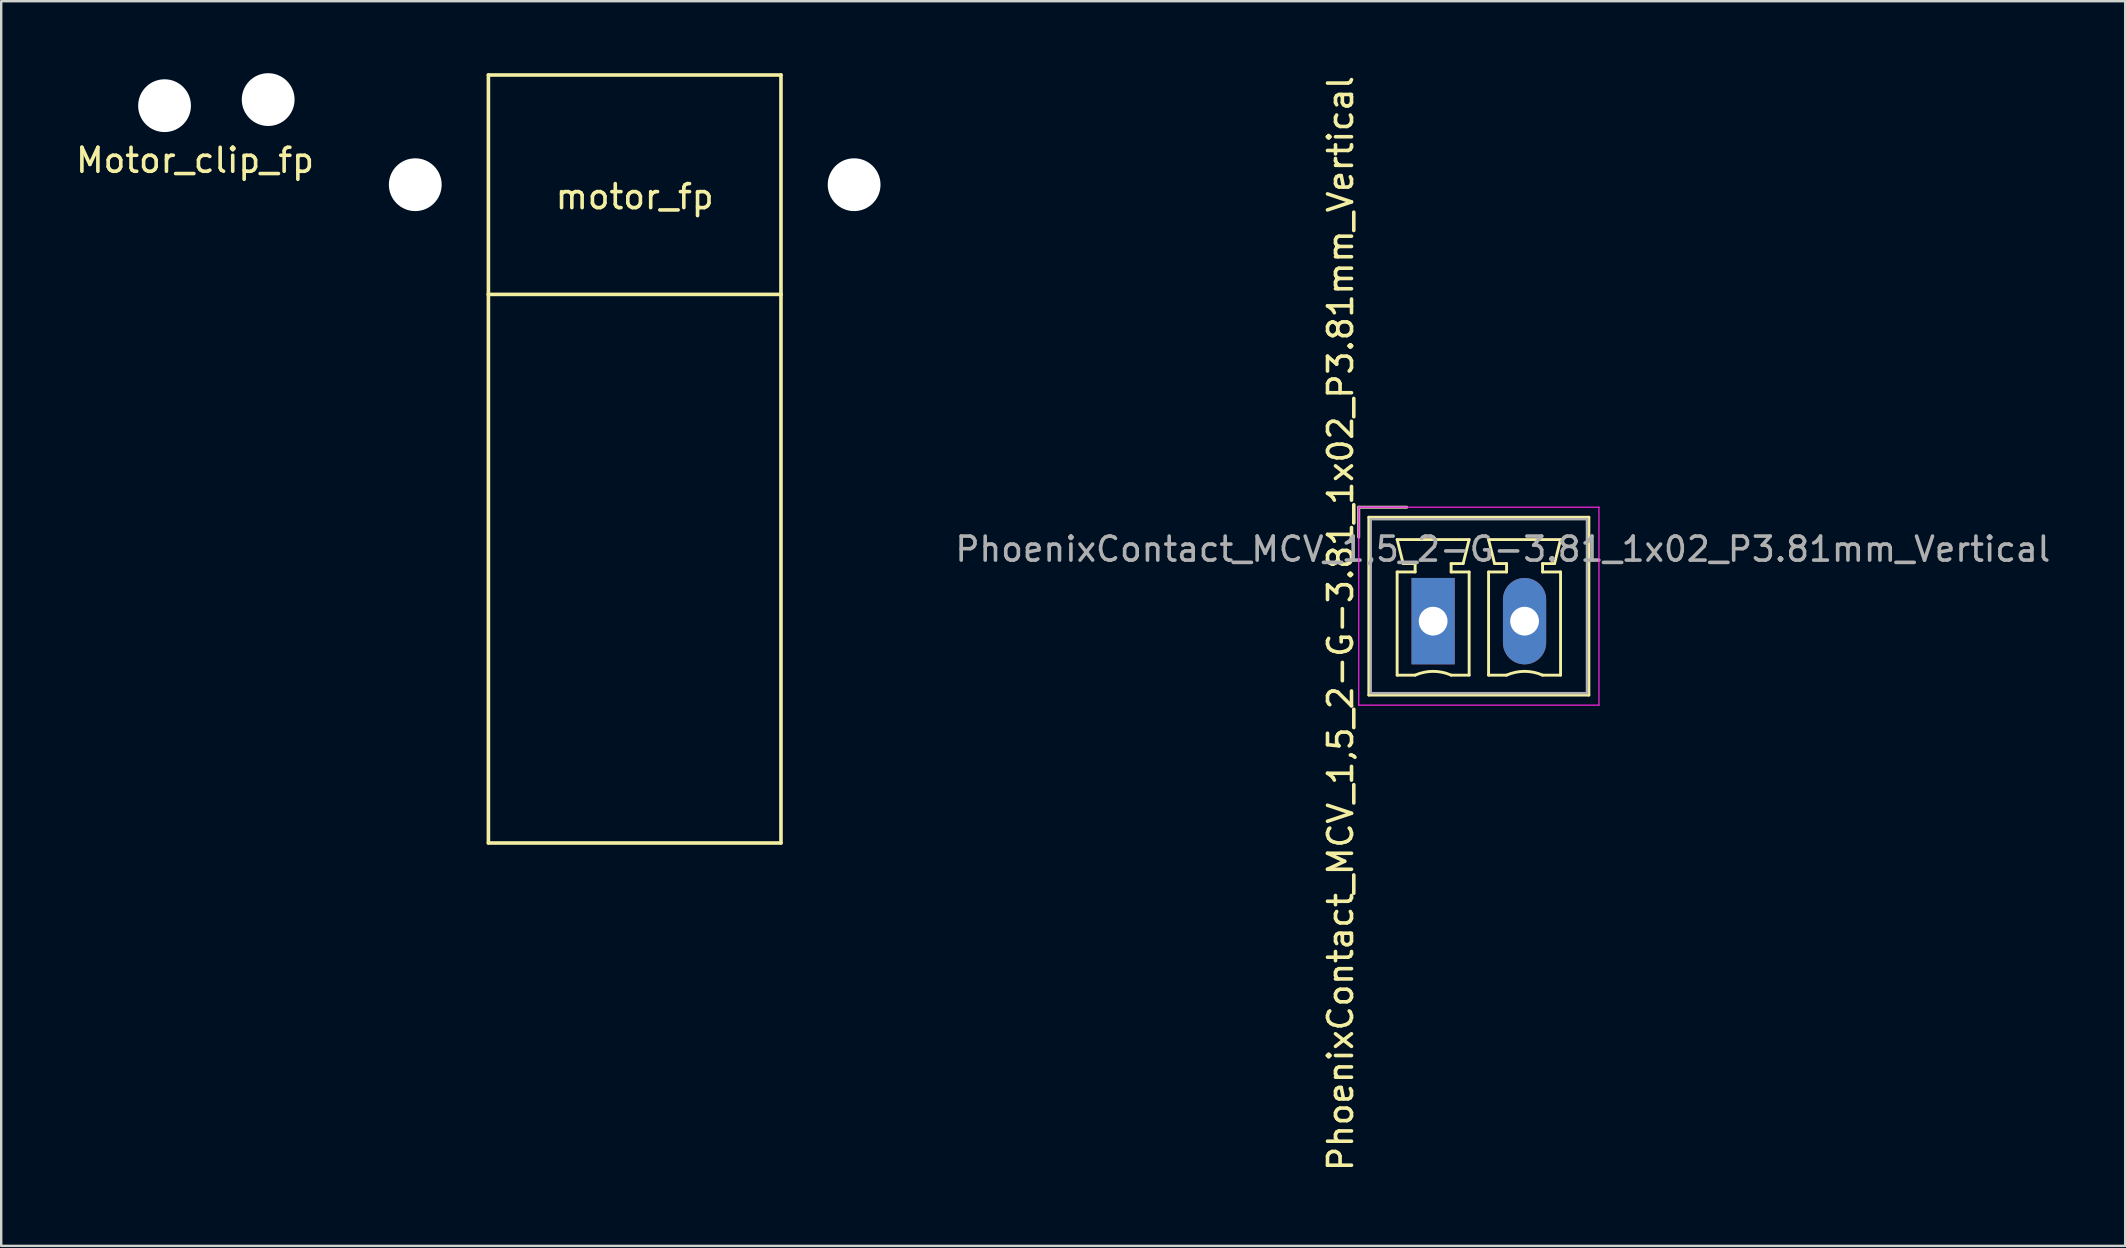
<source format=kicad_pcb>
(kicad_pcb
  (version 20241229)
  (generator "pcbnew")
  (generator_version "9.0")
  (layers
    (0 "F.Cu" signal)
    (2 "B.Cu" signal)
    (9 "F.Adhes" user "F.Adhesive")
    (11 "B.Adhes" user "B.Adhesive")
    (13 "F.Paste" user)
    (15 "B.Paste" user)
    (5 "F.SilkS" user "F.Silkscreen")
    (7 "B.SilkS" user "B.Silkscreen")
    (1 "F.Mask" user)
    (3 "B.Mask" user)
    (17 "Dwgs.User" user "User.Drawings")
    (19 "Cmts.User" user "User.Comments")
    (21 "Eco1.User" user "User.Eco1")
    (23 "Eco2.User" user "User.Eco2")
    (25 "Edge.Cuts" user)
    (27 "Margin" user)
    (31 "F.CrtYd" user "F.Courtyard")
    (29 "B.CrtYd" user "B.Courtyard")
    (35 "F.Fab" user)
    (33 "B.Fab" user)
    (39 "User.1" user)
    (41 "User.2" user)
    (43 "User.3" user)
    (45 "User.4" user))
  (footprint "motor_fp"
    (layer "F.Cu")
    (at 23.399 4.647)
    (property "Reference" "motor_fp" (at 0 0.5 0) (layer "F.SilkS") (effects (font (size 1 1) (thickness 0.15))))
    (attr through_hole)
    (fp_line (start -6.096 -4.572) (end -6.096 4.572) (stroke (width 0.15) (type solid)) (layer "F.SilkS"))
    (fp_line (start -6.096 4.572) (end -6.096 27.432) (stroke (width 0.15) (type solid)) (layer "F.SilkS"))
    (fp_line (start -6.096 4.572) (end 6.096 4.572) (stroke (width 0.15) (type solid)) (layer "F.SilkS"))
    (fp_line (start -6.096 27.432) (end 6.096 27.432) (stroke (width 0.15) (type solid)) (layer "F.SilkS"))
    (fp_line (start 6.096 -4.572) (end -6.096 -4.572) (stroke (width 0.15) (type solid)) (layer "F.SilkS"))
    (fp_line (start 6.096 4.572) (end 6.096 -4.572) (stroke (width 0.15) (type solid)) (layer "F.SilkS"))
    (fp_line (start 6.096 27.432) (end 6.096 4.572) (stroke (width 0.15) (type solid)) (layer "F.SilkS"))
    (pad "" np_thru_hole circle (at -9.144 0) (size 2.2 2.2) (drill 2.2) (layers "*.Cu" "*.Mask"))
    (pad "" np_thru_hole circle (at 9.144 0) (size 2.2 2.2) (drill 2.2) (layers "*.Cu" "*.Mask")))
  (footprint "Motor_clip_fp"
    (layer "F.Cu")
    (at 5.077 3.132)
    (property "Reference" "Motor_clip_fp" (at 0 0.5 0) (layer "F.SilkS") (effects (font (size 1 1) (thickness 0.15))))
    (attr through_hole)
    (pad "" np_thru_hole circle (at -1.27 -1.778) (size 2.2 2.2) (drill 2.2) (layers "*.Cu" "*.Mask"))
    (pad "" np_thru_hole circle (at 3.048 -2.032) (size 2.2 2.2) (drill 2.2) (layers "*.Cu" "*.Mask")))
  (footprint "PhoenixContact_MCV_1,5_2-G-3.81_1x02_P3.81mm_Vertical"
    (layer "F.Cu")
    (at 56.672 22.835)
    (property "Reference" "PhoenixContact_MCV_1,5_2-G-3.81_1x02_P3.81mm_Vertical" (at -3.857 0.1 90) (layer "F.SilkS") (effects (font (size 1 1) (thickness 0.15))))
    (attr through_hole)
    (fp_line (start -3.1 -4.75) (end -1.1 -4.75) (stroke (width 0.12) (type solid)) (layer "F.SilkS"))
    (fp_line (start -3.1 -3.5) (end -3.1 -4.75) (stroke (width 0.12) (type solid)) (layer "F.SilkS"))
    (fp_line (start -2.68 -4.33) (end -2.68 3.08) (stroke (width 0.12) (type solid)) (layer "F.SilkS"))
    (fp_line (start -2.68 3.08) (end 6.49 3.08) (stroke (width 0.12) (type solid)) (layer "F.SilkS"))
    (fp_line (start -1.5 -3.4) (end 1.5 -3.4) (stroke (width 0.12) (type solid)) (layer "F.SilkS"))
    (fp_line (start -1.5 -2.05) (end -0.75 -2.05) (stroke (width 0.12) (type solid)) (layer "F.SilkS"))
    (fp_line (start -1.5 2.25) (end -1.5 -2.05) (stroke (width 0.12) (type solid)) (layer "F.SilkS"))
    (fp_line (start -1.25 -2.4) (end -1.5 -3.4) (stroke (width 0.12) (type solid)) (layer "F.SilkS"))
    (fp_line (start -0.75 -2.4) (end -1.25 -2.4) (stroke (width 0.12) (type solid)) (layer "F.SilkS"))
    (fp_line (start -0.75 -2.05) (end -0.75 -2.4) (stroke (width 0.12) (type solid)) (layer "F.SilkS"))
    (fp_line (start -0.75 2.25) (end -1.5 2.25) (stroke (width 0.12) (type solid)) (layer "F.SilkS"))
    (fp_line (start 0.75 -2.4) (end 0.75 -2.05) (stroke (width 0.12) (type solid)) (layer "F.SilkS"))
    (fp_line (start 0.75 -2.05) (end 1.5 -2.05) (stroke (width 0.12) (type solid)) (layer "F.SilkS"))
    (fp_line (start 1.25 -2.4) (end 0.75 -2.4) (stroke (width 0.12) (type solid)) (layer "F.SilkS"))
    (fp_line (start 1.5 -3.4) (end 1.25 -2.4) (stroke (width 0.12) (type solid)) (layer "F.SilkS"))
    (fp_line (start 1.5 -2.05) (end 1.5 2.25) (stroke (width 0.12) (type solid)) (layer "F.SilkS"))
    (fp_line (start 1.5 2.25) (end 0.75 2.25) (stroke (width 0.12) (type solid)) (layer "F.SilkS"))
    (fp_line (start 2.31 -3.4) (end 5.31 -3.4) (stroke (width 0.12) (type solid)) (layer "F.SilkS"))
    (fp_line (start 2.31 -2.05) (end 3.06 -2.05) (stroke (width 0.12) (type solid)) (layer "F.SilkS"))
    (fp_line (start 2.31 2.25) (end 2.31 -2.05) (stroke (width 0.12) (type solid)) (layer "F.SilkS"))
    (fp_line (start 2.56 -2.4) (end 2.31 -3.4) (stroke (width 0.12) (type solid)) (layer "F.SilkS"))
    (fp_line (start 3.06 -2.4) (end 2.56 -2.4) (stroke (width 0.12) (type solid)) (layer "F.SilkS"))
    (fp_line (start 3.06 -2.05) (end 3.06 -2.4) (stroke (width 0.12) (type solid)) (layer "F.SilkS"))
    (fp_line (start 3.06 2.25) (end 2.31 2.25) (stroke (width 0.12) (type solid)) (layer "F.SilkS"))
    (fp_line (start 4.56 -2.4) (end 4.56 -2.05) (stroke (width 0.12) (type solid)) (layer "F.SilkS"))
    (fp_line (start 4.56 -2.05) (end 5.31 -2.05) (stroke (width 0.12) (type solid)) (layer "F.SilkS"))
    (fp_line (start 5.06 -2.4) (end 4.56 -2.4) (stroke (width 0.12) (type solid)) (layer "F.SilkS"))
    (fp_line (start 5.31 -3.4) (end 5.06 -2.4) (stroke (width 0.12) (type solid)) (layer "F.SilkS"))
    (fp_line (start 5.31 -2.05) (end 5.31 2.25) (stroke (width 0.12) (type solid)) (layer "F.SilkS"))
    (fp_line (start 5.31 2.25) (end 4.56 2.25) (stroke (width 0.12) (type solid)) (layer "F.SilkS"))
    (fp_line (start 6.49 -4.33) (end -2.68 -4.33) (stroke (width 0.12) (type solid)) (layer "F.SilkS"))
    (fp_line (start 6.49 3.08) (end 6.49 -4.33) (stroke (width 0.12) (type solid)) (layer "F.SilkS"))
    (fp_arc (start -0.75 2.25) (mid -0.000193 2.09191) (end 0.749647 2.249844) (stroke (width 0.12) (type solid)) (layer "F.SilkS"))
    (fp_arc (start 3.06 2.25) (mid 3.809807 2.09191) (end 4.559647 2.249844) (stroke (width 0.12) (type solid)) (layer "F.SilkS"))
    (fp_line (start -3.1 -4.75) (end -3.1 3.5) (stroke (width 0.05) (type solid)) (layer "F.CrtYd"))
    (fp_line (start -3.1 3.5) (end 6.91 3.5) (stroke (width 0.05) (type solid)) (layer "F.CrtYd"))
    (fp_line (start 6.91 3.5) (end 6.91 -4.75) (stroke (width 0.05) (type solid)) (layer "F.CrtYd"))
    (fp_line (start 6.91 -4.75) (end -3.1 -4.75) (stroke (width 0.05) (type solid)) (layer "F.CrtYd"))
    (fp_line (start -3.1 -4.75) (end -1.1 -4.75) (stroke (width 0.1) (type solid)) (layer "F.Fab"))
    (fp_line (start -3.1 -3.5) (end -3.1 -4.75) (stroke (width 0.1) (type solid)) (layer "F.Fab"))
    (fp_line (start -2.6 -4.25) (end -2.6 3) (stroke (width 0.1) (type solid)) (layer "F.Fab"))
    (fp_line (start -2.6 3) (end 6.41 3) (stroke (width 0.1) (type solid)) (layer "F.Fab"))
    (fp_line (start 6.41 -4.25) (end -2.6 -4.25) (stroke (width 0.1) (type solid)) (layer "F.Fab"))
    (fp_line (start 6.41 3) (end 6.41 -4.25) (stroke (width 0.1) (type solid)) (layer "F.Fab"))
    (fp_text user "${REFERENCE}" (at 2.905 -3 0) (layer "F.Fab") (effects (font (size 1 1) (thickness 0.15))))
    (pad "1" thru_hole rect (at 0 0) (size 1.8 3.6) (drill 1.2) (layers "*.Cu" "*.Mask"))
    (pad "2" thru_hole oval (at 3.81 0) (size 1.8 3.6) (drill 1.2) (layers "*.Cu" "*.Mask")))
  (gr_rect
    (start -3 -3)
    (end 85.512 48.869)
    (stroke (width 0.1) (type default))
    (fill no)
    (layer "Edge.Cuts")))
</source>
